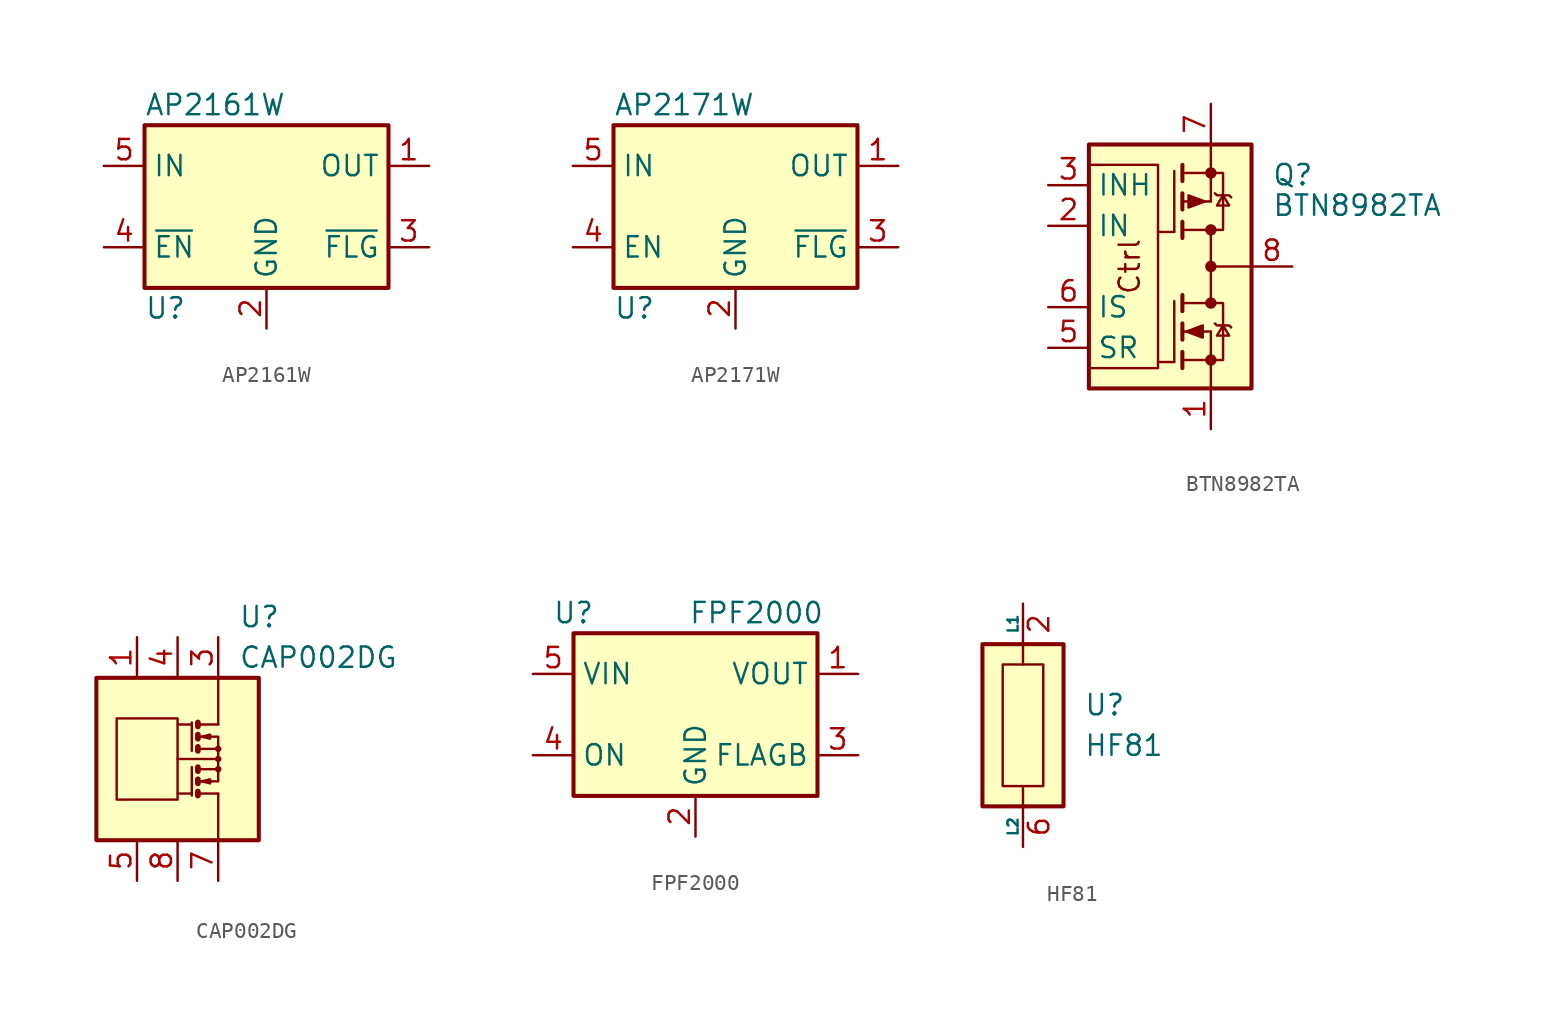
<source format=kicad_sym>
(kicad_symbol_lib
  (version 20201005)
  (generator kicad_symbol_editor)
  (symbol "AP2161W"
    (property "Reference" "U"
      (at -7.62 -6.35 0)
      (effects (font (size 1.27 1.27)) (justify left)))
    (property "Value" "AP2161W"
      (at -7.62 6.35 0)
      (effects (font (size 1.27 1.27)) (justify left)))
    (symbol "AP2161W_0_1"
      (rectangle (start -7.62 5.08) (end 7.62 -5.08) (stroke (width 0.254)) (fill (type background))))
    (symbol "AP2161W_1_1"
      (pin power_out line (at 10.16 2.54 180) (length 2.54) (name "OUT" (effects (font (size 1.27 1.27)))) (number "1" (effects (font (size 1.27 1.27)))))
      (pin power_in line (at 0 -7.62 90) (length 2.54) (name "GND" (effects (font (size 1.27 1.27)))) (number "2" (effects (font (size 1.27 1.27)))))
      (pin open_collector line (at 10.16 -2.54 180) (length 2.54) (name "~FLG" (effects (font (size 1.27 1.27)))) (number "3" (effects (font (size 1.27 1.27)))))
      (pin input line (at -10.16 -2.54 0) (length 2.54) (name "~EN" (effects (font (size 1.27 1.27)))) (number "4" (effects (font (size 1.27 1.27)))))
      (pin power_in line (at -10.16 2.54 0) (length 2.54) (name "IN" (effects (font (size 1.27 1.27)))) (number "5" (effects (font (size 1.27 1.27)))))))
  (symbol "AP2171W"
    (property "Reference" "U"
      (at -7.62 -6.35 0)
      (effects (font (size 1.27 1.27)) (justify left)))
    (property "Value" "AP2171W"
      (at -7.62 6.35 0)
      (effects (font (size 1.27 1.27)) (justify left)))
    (symbol "AP2171W_0_1"
      (rectangle (start -7.62 5.08) (end 7.62 -5.08) (stroke (width 0.254)) (fill (type background))))
    (symbol "AP2171W_1_1"
      (pin power_out line (at 10.16 2.54 180) (length 2.54) (name "OUT" (effects (font (size 1.27 1.27)))) (number "1" (effects (font (size 1.27 1.27)))))
      (pin power_in line (at 0 -7.62 90) (length 2.54) (name "GND" (effects (font (size 1.27 1.27)))) (number "2" (effects (font (size 1.27 1.27)))))
      (pin open_collector line (at 10.16 -2.54 180) (length 2.54) (name "~FLG" (effects (font (size 1.27 1.27)))) (number "3" (effects (font (size 1.27 1.27)))))
      (pin input line (at -10.16 -2.54 0) (length 2.54) (name "EN" (effects (font (size 1.27 1.27)))) (number "4" (effects (font (size 1.27 1.27)))))
      (pin power_in line (at -10.16 2.54 0) (length 2.54) (name "IN" (effects (font (size 1.27 1.27)))) (number "5" (effects (font (size 1.27 1.27)))))))
  (symbol "BTN8982TA"
    (property "Reference" "Q"
      (at 6.35 5.715 0)
      (effects (font (size 1.27 1.27)) (justify left)))
    (property "Value" "BTN8982TA"
      (at 6.35 3.81 0)
      (effects (font (size 1.27 1.27)) (justify left)))
    (symbol "BTN8982TA_0_1"
      (rectangle (start -5.08 7.62) (end 5.08 -7.62) (stroke (width 0.254)) (fill (type background)))
      (polyline (pts (xy 0.254 -5.969) (xy -0.762 -5.969)) (stroke (width 0)) (fill (type none)))
      (polyline (pts (xy 0.254 2.159) (xy -0.762 2.159)) (stroke (width 0)) (fill (type none)))
      (polyline (pts (xy 2.54 0) (xy 5.08 0)) (stroke (width 0)) (fill (type none)))
      (polyline (pts (xy 2.54 2.286) (xy 2.54 -2.286)) (stroke (width 0)) (fill (type none)))
      (polyline (pts (xy 2.54 -5.842) (xy 2.54 -7.62) (xy 2.54 -6.858)) (stroke (width 0)) (fill (type none)))
      (polyline (pts (xy -5.08 6.35) (xy -0.762 6.35) (xy -0.762 -6.35) (xy -5.08 -6.35)) (stroke (width 0)) (fill (type none))))
    (symbol "BTN8982TA_1_0"
      (text "Ctrl" (at -2.54 0 900) (effects (font (size 1.27 1.27)))))
    (symbol "BTN8982TA_1_1"
      (circle (center 2.54 -5.842) (radius 0.279) (stroke (width 0)) (fill (type outline)))
      (circle (center 2.54 -2.286) (radius 0.279) (stroke (width 0)) (fill (type outline)))
      (circle (center 2.54 0) (radius 0.279) (stroke (width 0)) (fill (type outline)))
      (circle (center 2.54 2.286) (radius 0.279) (stroke (width 0)) (fill (type outline)))
      (circle (center 2.54 5.842) (radius 0.279) (stroke (width 0)) (fill (type outline)))
      (polyline (pts (xy 0.762 -5.842) (xy 2.54 -5.842)) (stroke (width 0)) (fill (type none)))
      (polyline (pts (xy 0.762 -5.334) (xy 0.762 -6.35)) (stroke (width 0.254)) (fill (type none)))
      (polyline (pts (xy 0.762 -4.064) (xy 2.54 -4.064)) (stroke (width 0)) (fill (type none)))
      (polyline (pts (xy 0.762 -3.556) (xy 0.762 -4.572)) (stroke (width 0.254)) (fill (type none)))
      (polyline (pts (xy 0.762 -2.286) (xy 2.54 -2.286)) (stroke (width 0)) (fill (type none)))
      (polyline (pts (xy 0.762 -1.778) (xy 0.762 -2.794)) (stroke (width 0.254)) (fill (type none)))
      (polyline (pts (xy 0.762 2.286) (xy 2.54 2.286)) (stroke (width 0)) (fill (type none)))
      (polyline (pts (xy 0.762 2.794) (xy 0.762 1.778)) (stroke (width 0.254)) (fill (type none)))
      (polyline (pts (xy 0.762 4.064) (xy 2.54 4.064)) (stroke (width 0)) (fill (type none)))
      (polyline (pts (xy 0.762 4.572) (xy 0.762 3.556)) (stroke (width 0.254)) (fill (type none)))
      (polyline (pts (xy 0.762 5.842) (xy 2.54 5.842)) (stroke (width 0)) (fill (type none)))
      (polyline (pts (xy 0.762 6.35) (xy 0.762 5.334)) (stroke (width 0.254)) (fill (type none)))
      (polyline (pts (xy 2.54 -5.842) (xy 2.54 -4.064)) (stroke (width 0)) (fill (type none)))
      (polyline (pts (xy 2.54 4.064) (xy 2.54 5.842)) (stroke (width 0)) (fill (type none)))
      (polyline (pts (xy 2.54 7.62) (xy 2.54 5.842)) (stroke (width 0)) (fill (type none)))
      (polyline (pts (xy 0.254 -2.159) (xy 0.254 -5.969) (xy 0.254 -5.969)) (stroke (width 0)) (fill (type none)))
      (polyline (pts (xy 0.254 5.969) (xy 0.254 2.159) (xy 0.254 2.159)) (stroke (width 0)) (fill (type none)))
      (polyline (pts (xy 2.54 -5.842) (xy 3.302 -5.842) (xy 3.302 -2.286) (xy 2.54 -2.286)) (stroke (width 0)) (fill (type none)))
      (polyline (pts (xy 2.54 2.286) (xy 3.302 2.286) (xy 3.302 5.842) (xy 2.54 5.842)) (stroke (width 0)) (fill (type none)))
      (polyline (pts (xy 2.794 -3.556) (xy 2.921 -3.683) (xy 3.683 -3.683) (xy 3.81 -3.81)) (stroke (width 0)) (fill (type none)))
      (polyline (pts (xy 2.794 4.572) (xy 2.921 4.445) (xy 3.683 4.445) (xy 3.81 4.318)) (stroke (width 0)) (fill (type none)))
      (polyline (pts (xy 3.302 -3.683) (xy 2.921 -4.318) (xy 3.683 -4.318) (xy 3.302 -3.683)) (stroke (width 0)) (fill (type none)))
      (polyline (pts (xy 3.302 4.445) (xy 2.921 3.81) (xy 3.683 3.81) (xy 3.302 4.445)) (stroke (width 0)) (fill (type none)))
      (polyline (pts (xy 1.016 -4.064) (xy 2.032 -3.683) (xy 2.032 -4.445) (xy 1.016 -4.064)) (stroke (width 0)) (fill (type outline)))
      (polyline (pts (xy 2.159 4.064) (xy 1.143 3.683) (xy 1.143 4.445) (xy 2.159 4.064)) (stroke (width 0)) (fill (type outline)))
      (pin power_in line (at 2.54 -10.16 90) (length 2.54) (name "~" (effects (font (size 1.27 1.27)))) (number "1" (effects (font (size 1.27 1.27)))))
      (pin input line (at -7.62 2.54 0) (length 2.54) (name "IN" (effects (font (size 1.27 1.27)))) (number "2" (effects (font (size 1.27 1.27)))))
      (pin input line (at -7.62 5.08 0) (length 2.54) (name "INH" (effects (font (size 1.27 1.27)))) (number "3" (effects (font (size 1.27 1.27)))))
      (pin passive line (at 7.62 0 180) (length 2.54) hide (name "~" (effects (font (size 1.27 1.27)))) (number "4" (effects (font (size 1.27 1.27)))))
      (pin input line (at -7.62 -5.08 0) (length 2.54) (name "SR" (effects (font (size 1.27 1.27)))) (number "5" (effects (font (size 1.27 1.27)))))
      (pin output line (at -7.62 -2.54 0) (length 2.54) (name "IS" (effects (font (size 1.27 1.27)))) (number "6" (effects (font (size 1.27 1.27)))))
      (pin power_in line (at 2.54 10.16 270) (length 2.54) (name "~" (effects (font (size 1.27 1.27)))) (number "7" (effects (font (size 1.27 1.27)))))
      (pin passive line (at 7.62 0 180) (length 2.54) (name "~" (effects (font (size 1.27 1.27)))) (number "8" (effects (font (size 1.27 1.27)))))))
  (symbol "CAP002DG"
    (pin_names
      (offset 1.27))
    (property "Reference" "U"
      (at 3.81 8.89 0)
      (effects (font (size 1.27 1.27)) (justify left)))
    (property "Value" "CAP002DG"
      (at 3.81 6.35 0)
      (effects (font (size 1.27 1.27)) (justify left)))
    (symbol "CAP002DG_0_1"
      (circle (center 2.54 -0.635) (radius 0.127) (stroke (width 0)) (fill (type none)))
      (circle (center 2.54 0) (radius 0.127) (stroke (width 0)) (fill (type none)))
      (circle (center 2.54 0.635) (radius 0.127) (stroke (width 0)) (fill (type none)))
      (rectangle (start -3.81 2.54) (end 0 -2.54) (stroke (width 0)) (fill (type none)))
      (rectangle (start -5.08 5.08) (end 5.08 -5.08) (stroke (width 0.254)) (fill (type background)))
      (polyline (pts (xy 0.889 -2.159) (xy 0 -2.159)) (stroke (width 0)) (fill (type none)))
      (polyline (pts (xy 0.889 -0.508) (xy 0.889 -2.286)) (stroke (width 0)) (fill (type none)))
      (polyline (pts (xy 0.889 2.159) (xy 0 2.159)) (stroke (width 0)) (fill (type none)))
      (polyline (pts (xy 0.889 2.286) (xy 0.889 0.508)) (stroke (width 0)) (fill (type none)))
      (polyline (pts (xy 1.27 -2.159) (xy 2.54 -2.159)) (stroke (width 0)) (fill (type none)))
      (polyline (pts (xy 1.27 2.159) (xy 2.54 2.159)) (stroke (width 0)) (fill (type none)))
      (polyline (pts (xy 2.413 0) (xy 0 0)) (stroke (width 0)) (fill (type none)))
      (polyline (pts (xy 2.54 -2.159) (xy 2.54 -5.08)) (stroke (width 0)) (fill (type none)))
      (polyline (pts (xy 1.27 -2.032) (xy 1.27 -2.286) (xy 1.27 -2.286)) (stroke (width 0.356)) (fill (type none)))
      (polyline (pts (xy 1.27 -1.27) (xy 1.27 -1.524) (xy 1.27 -1.524)) (stroke (width 0.356)) (fill (type none)))
      (polyline (pts (xy 1.27 0.762) (xy 1.27 0.508) (xy 1.27 0.508)) (stroke (width 0.356)) (fill (type none)))
      (polyline (pts (xy 1.27 1.524) (xy 1.27 1.27) (xy 1.27 1.27)) (stroke (width 0.356)) (fill (type none)))
      (polyline (pts (xy 1.27 2.286) (xy 1.27 2.032) (xy 1.27 2.032)) (stroke (width 0.356)) (fill (type none)))
      (polyline (pts (xy 1.397 -1.397) (xy 2.54 -1.397) (xy 2.54 -0.635)) (stroke (width 0)) (fill (type none)))
      (polyline (pts (xy 1.397 1.397) (xy 2.54 1.397) (xy 2.54 0.635)) (stroke (width 0)) (fill (type none)))
      (polyline (pts (xy 2.54 2.159) (xy 2.54 5.08) (xy 2.54 3.175)) (stroke (width 0)) (fill (type none)))
      (polyline (pts (xy 1.397 -0.635) (xy 2.54 -0.635) (xy 2.54 0.635) (xy 1.397 0.635)) (stroke (width 0)) (fill (type none)))
      (polyline (pts (xy 1.524 -1.397) (xy 2.032 -1.27) (xy 2.032 -1.524) (xy 1.524 -1.397)) (stroke (width 0)) (fill (type none)))
      (polyline (pts (xy 1.524 1.397) (xy 2.032 1.524) (xy 2.032 1.27) (xy 1.524 1.397)) (stroke (width 0)) (fill (type none))))
    (symbol "CAP002DG_1_1"
      (polyline (pts (xy 1.27 -0.508) (xy 1.27 -0.762)) (stroke (width 0.356)) (fill (type none)))
      (pin passive line (at -2.54 7.62 270) (length 2.54) (name "~" (effects (font (size 1.27 1.27)))) (number "1" (effects (font (size 1.27 1.27)))))
      (pin passive line (at 2.54 7.62 270) (length 2.54) hide (name "~" (effects (font (size 1.27 1.27)))) (number "2" (effects (font (size 1.27 1.27)))))
      (pin passive line (at 2.54 7.62 270) (length 2.54) (name "~" (effects (font (size 1.27 1.27)))) (number "3" (effects (font (size 1.27 1.27)))))
      (pin passive line (at 0 7.62 270) (length 2.54) (name "~" (effects (font (size 1.27 1.27)))) (number "4" (effects (font (size 1.27 1.27)))))
      (pin passive line (at -2.54 -7.62 90) (length 2.54) (name "~" (effects (font (size 1.27 1.27)))) (number "5" (effects (font (size 1.27 1.27)))))
      (pin passive line (at 2.54 -7.62 90) (length 2.54) hide (name "~" (effects (font (size 1.27 1.27)))) (number "6" (effects (font (size 1.27 1.27)))))
      (pin passive line (at 2.54 -7.62 90) (length 2.54) (name "~" (effects (font (size 1.27 1.27)))) (number "7" (effects (font (size 1.27 1.27)))))
      (pin passive line (at 0 -7.62 90) (length 2.54) (name "~" (effects (font (size 1.27 1.27)))) (number "8" (effects (font (size 1.27 1.27)))))))
  (symbol "FPF2000"
    (property "Reference" "U"
      (at -7.62 6.35 0)
      (effects (font (size 1.27 1.27))))
    (property "Value" "FPF2000"
      (at 3.81 6.35 0)
      (effects (font (size 1.27 1.27))))
    (symbol "FPF2000_0_1"
      (rectangle (start -7.62 5.08) (end 7.62 -5.08) (stroke (width 0.254)) (fill (type background))))
    (symbol "FPF2000_1_1"
      (pin power_out line (at 10.16 2.54 180) (length 2.54) (name "VOUT" (effects (font (size 1.27 1.27)))) (number "1" (effects (font (size 1.27 1.27)))))
      (pin power_in line (at 0 -7.62 90) (length 2.54) (name "GND" (effects (font (size 1.27 1.27)))) (number "2" (effects (font (size 1.27 1.27)))))
      (pin open_collector line (at 10.16 -2.54 180) (length 2.54) (name "FLAGB" (effects (font (size 1.27 1.27)))) (number "3" (effects (font (size 1.27 1.27)))))
      (pin input line (at -10.16 -2.54 0) (length 2.54) (name "ON" (effects (font (size 1.27 1.27)))) (number "4" (effects (font (size 1.27 1.27)))))
      (pin power_in line (at -10.16 2.54 0) (length 2.54) (name "VIN" (effects (font (size 1.27 1.27)))) (number "5" (effects (font (size 1.27 1.27)))))))
  (symbol "HF81"
    (pin_names
      (offset 0))
    (property "Reference" "U"
      (at 3.81 1.27 0)
      (effects (font (size 1.27 1.27)) (justify left)))
    (property "Value" "HF81"
      (at 3.81 -1.27 0)
      (effects (font (size 1.27 1.27)) (justify left)))
    (symbol "HF81_0_1"
      (rectangle (start -1.27 3.81) (end 1.27 -3.81) (stroke (width 0)) (fill (type none)))
      (rectangle (start -2.54 5.08) (end 2.54 -5.08) (stroke (width 0.254)) (fill (type background)))
      (polyline (pts (xy 0 -3.81) (xy 0 -5.08)) (stroke (width 0)) (fill (type none)))
      (polyline (pts (xy 0 5.08) (xy 0 3.81)) (stroke (width 0)) (fill (type none))))
    (symbol "HF81_1_1"
      (pin no_connect line (at -2.54 5.08 0) (length 2.54) hide (name "NC" (effects (font (size 1.27 1.27)))) (number "1" (effects (font (size 1.27 1.27)))))
      (pin passive line (at 0 7.62 270) (length 2.54) (name "L1" (effects (font (size 0.635 0.635)))) (number "2" (effects (font (size 1.27 1.27)))))
      (pin passive line (at 0 7.62 270) (length 2.54) hide (name "L1" (effects (font (size 0.635 0.635)))) (number "3" (effects (font (size 1.27 1.27)))))
      (pin no_connect line (at -2.54 2.54 0) (length 2.54) hide (name "NC" (effects (font (size 1.27 1.27)))) (number "4" (effects (font (size 1.27 1.27)))))
      (pin no_connect line (at -2.54 -2.54 0) (length 2.54) hide (name "NC" (effects (font (size 1.27 1.27)))) (number "5" (effects (font (size 1.27 1.27)))))
      (pin passive line (at 0 -7.62 90) (length 2.54) (name "L2" (effects (font (size 0.635 0.635)))) (number "6" (effects (font (size 1.27 1.27)))))
      (pin passive line (at 0 -7.62 90) (length 2.54) hide (name "L2" (effects (font (size 0.635 0.635)))) (number "7" (effects (font (size 1.27 1.27)))))
      (pin no_connect line (at -2.54 -5.08 0) (length 2.54) hide (name "NC" (effects (font (size 1.27 1.27)))) (number "8" (effects (font (size 1.27 1.27))))))))
</source>
